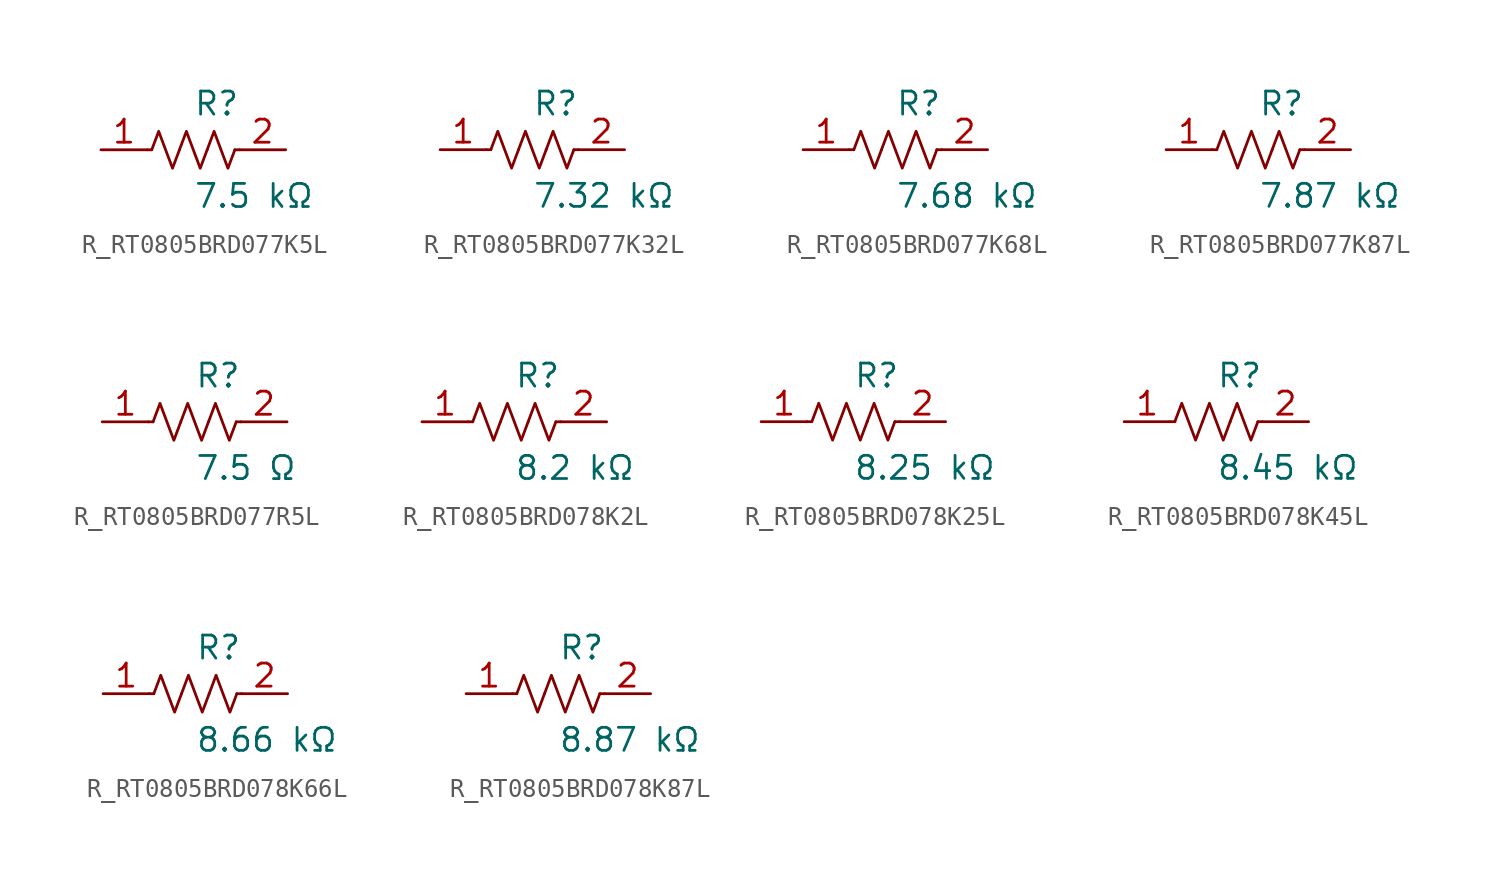
<source format=kicad_sym>
(kicad_symbol_lib
  (version 20231120)
  (generator kicad_symbol_editor)
  (generator_version 8.0)
  (symbol "R_RT0805BRD077K5L"
    (pin_names
      (offset 0.254))
    (property "Reference" "R"
      (at 0.0 2.54 0)
      (effects (font (size 1.27 1.27)) (justify left)))
    (property "Value" "7.5 kΩ"
      (at 0.0 -2.54 0)
      (effects (font (size 1.27 1.27)) (justify left)))
    (symbol "R_RT0805BRD077K5L_0_1"
      (polyline (pts (xy 2.286 0) (xy 2.54 0)) (stroke (width 0) (type default)) (fill (type none)))
      (polyline (pts (xy -2.286 0) (xy -2.54 0)) (stroke (width 0) (type default)) (fill (type none)))
      (polyline (pts (xy 0.762 0) (xy 1.143 1.016) (xy 1.524 0) (xy 1.905 -1.016) (xy 2.286 0)) (stroke (width 0) (type default)) (fill (type none)))
      (polyline (pts (xy -0.762 0) (xy -0.381 1.016) (xy 0 0) (xy 0.381 -1.016) (xy 0.762 0)) (stroke (width 0) (type default)) (fill (type none)))
      (polyline (pts (xy -2.286 0) (xy -1.905 1.016) (xy -1.524 0) (xy -1.143 -1.016) (xy -0.762 0)) (stroke (width 0) (type default)) (fill (type none))))
    (pin unspecified line
      (at -5.08 0 0)
      (length 2.54)
      (name "" (effects (font (size 1.27 1.27))))
      (number "1" (effects (font (size 1.27 1.27)))))
    (pin unspecified line
      (at 5.08 0 180)
      (length 2.54)
      (name "" (effects (font (size 1.27 1.27))))
      (number "2" (effects (font (size 1.27 1.27))))))
  (symbol "R_RT0805BRD077K32L"
    (pin_names
      (offset 0.254))
    (property "Reference" "R"
      (at 0.0 2.54 0)
      (effects (font (size 1.27 1.27)) (justify left)))
    (property "Value" "7.32 kΩ"
      (at 0.0 -2.54 0)
      (effects (font (size 1.27 1.27)) (justify left)))
    (symbol "R_RT0805BRD077K32L_0_1"
      (polyline (pts (xy 2.286 0) (xy 2.54 0)) (stroke (width 0) (type default)) (fill (type none)))
      (polyline (pts (xy -2.286 0) (xy -2.54 0)) (stroke (width 0) (type default)) (fill (type none)))
      (polyline (pts (xy 0.762 0) (xy 1.143 1.016) (xy 1.524 0) (xy 1.905 -1.016) (xy 2.286 0)) (stroke (width 0) (type default)) (fill (type none)))
      (polyline (pts (xy -0.762 0) (xy -0.381 1.016) (xy 0 0) (xy 0.381 -1.016) (xy 0.762 0)) (stroke (width 0) (type default)) (fill (type none)))
      (polyline (pts (xy -2.286 0) (xy -1.905 1.016) (xy -1.524 0) (xy -1.143 -1.016) (xy -0.762 0)) (stroke (width 0) (type default)) (fill (type none))))
    (pin unspecified line
      (at -5.08 0 0)
      (length 2.54)
      (name "" (effects (font (size 1.27 1.27))))
      (number "1" (effects (font (size 1.27 1.27)))))
    (pin unspecified line
      (at 5.08 0 180)
      (length 2.54)
      (name "" (effects (font (size 1.27 1.27))))
      (number "2" (effects (font (size 1.27 1.27))))))
  (symbol "R_RT0805BRD077K68L"
    (pin_names
      (offset 0.254))
    (property "Reference" "R"
      (at 0.0 2.54 0)
      (effects (font (size 1.27 1.27)) (justify left)))
    (property "Value" "7.68 kΩ"
      (at 0.0 -2.54 0)
      (effects (font (size 1.27 1.27)) (justify left)))
    (symbol "R_RT0805BRD077K68L_0_1"
      (polyline (pts (xy 2.286 0) (xy 2.54 0)) (stroke (width 0) (type default)) (fill (type none)))
      (polyline (pts (xy -2.286 0) (xy -2.54 0)) (stroke (width 0) (type default)) (fill (type none)))
      (polyline (pts (xy 0.762 0) (xy 1.143 1.016) (xy 1.524 0) (xy 1.905 -1.016) (xy 2.286 0)) (stroke (width 0) (type default)) (fill (type none)))
      (polyline (pts (xy -0.762 0) (xy -0.381 1.016) (xy 0 0) (xy 0.381 -1.016) (xy 0.762 0)) (stroke (width 0) (type default)) (fill (type none)))
      (polyline (pts (xy -2.286 0) (xy -1.905 1.016) (xy -1.524 0) (xy -1.143 -1.016) (xy -0.762 0)) (stroke (width 0) (type default)) (fill (type none))))
    (pin unspecified line
      (at -5.08 0 0)
      (length 2.54)
      (name "" (effects (font (size 1.27 1.27))))
      (number "1" (effects (font (size 1.27 1.27)))))
    (pin unspecified line
      (at 5.08 0 180)
      (length 2.54)
      (name "" (effects (font (size 1.27 1.27))))
      (number "2" (effects (font (size 1.27 1.27))))))
  (symbol "R_RT0805BRD077K87L"
    (pin_names
      (offset 0.254))
    (property "Reference" "R"
      (at 0.0 2.54 0)
      (effects (font (size 1.27 1.27)) (justify left)))
    (property "Value" "7.87 kΩ"
      (at 0.0 -2.54 0)
      (effects (font (size 1.27 1.27)) (justify left)))
    (symbol "R_RT0805BRD077K87L_0_1"
      (polyline (pts (xy 2.286 0) (xy 2.54 0)) (stroke (width 0) (type default)) (fill (type none)))
      (polyline (pts (xy -2.286 0) (xy -2.54 0)) (stroke (width 0) (type default)) (fill (type none)))
      (polyline (pts (xy 0.762 0) (xy 1.143 1.016) (xy 1.524 0) (xy 1.905 -1.016) (xy 2.286 0)) (stroke (width 0) (type default)) (fill (type none)))
      (polyline (pts (xy -0.762 0) (xy -0.381 1.016) (xy 0 0) (xy 0.381 -1.016) (xy 0.762 0)) (stroke (width 0) (type default)) (fill (type none)))
      (polyline (pts (xy -2.286 0) (xy -1.905 1.016) (xy -1.524 0) (xy -1.143 -1.016) (xy -0.762 0)) (stroke (width 0) (type default)) (fill (type none))))
    (pin unspecified line
      (at -5.08 0 0)
      (length 2.54)
      (name "" (effects (font (size 1.27 1.27))))
      (number "1" (effects (font (size 1.27 1.27)))))
    (pin unspecified line
      (at 5.08 0 180)
      (length 2.54)
      (name "" (effects (font (size 1.27 1.27))))
      (number "2" (effects (font (size 1.27 1.27))))))
  (symbol "R_RT0805BRD077R5L"
    (pin_names
      (offset 0.254))
    (property "Reference" "R"
      (at 0.0 2.54 0)
      (effects (font (size 1.27 1.27)) (justify left)))
    (property "Value" "7.5 Ω"
      (at 0.0 -2.54 0)
      (effects (font (size 1.27 1.27)) (justify left)))
    (symbol "R_RT0805BRD077R5L_0_1"
      (polyline (pts (xy 2.286 0) (xy 2.54 0)) (stroke (width 0) (type default)) (fill (type none)))
      (polyline (pts (xy -2.286 0) (xy -2.54 0)) (stroke (width 0) (type default)) (fill (type none)))
      (polyline (pts (xy 0.762 0) (xy 1.143 1.016) (xy 1.524 0) (xy 1.905 -1.016) (xy 2.286 0)) (stroke (width 0) (type default)) (fill (type none)))
      (polyline (pts (xy -0.762 0) (xy -0.381 1.016) (xy 0 0) (xy 0.381 -1.016) (xy 0.762 0)) (stroke (width 0) (type default)) (fill (type none)))
      (polyline (pts (xy -2.286 0) (xy -1.905 1.016) (xy -1.524 0) (xy -1.143 -1.016) (xy -0.762 0)) (stroke (width 0) (type default)) (fill (type none))))
    (pin unspecified line
      (at -5.08 0 0)
      (length 2.54)
      (name "" (effects (font (size 1.27 1.27))))
      (number "1" (effects (font (size 1.27 1.27)))))
    (pin unspecified line
      (at 5.08 0 180)
      (length 2.54)
      (name "" (effects (font (size 1.27 1.27))))
      (number "2" (effects (font (size 1.27 1.27))))))
  (symbol "R_RT0805BRD078K2L"
    (pin_names
      (offset 0.254))
    (property "Reference" "R"
      (at 0.0 2.54 0)
      (effects (font (size 1.27 1.27)) (justify left)))
    (property "Value" "8.2 kΩ"
      (at 0.0 -2.54 0)
      (effects (font (size 1.27 1.27)) (justify left)))
    (symbol "R_RT0805BRD078K2L_0_1"
      (polyline (pts (xy 2.286 0) (xy 2.54 0)) (stroke (width 0) (type default)) (fill (type none)))
      (polyline (pts (xy -2.286 0) (xy -2.54 0)) (stroke (width 0) (type default)) (fill (type none)))
      (polyline (pts (xy 0.762 0) (xy 1.143 1.016) (xy 1.524 0) (xy 1.905 -1.016) (xy 2.286 0)) (stroke (width 0) (type default)) (fill (type none)))
      (polyline (pts (xy -0.762 0) (xy -0.381 1.016) (xy 0 0) (xy 0.381 -1.016) (xy 0.762 0)) (stroke (width 0) (type default)) (fill (type none)))
      (polyline (pts (xy -2.286 0) (xy -1.905 1.016) (xy -1.524 0) (xy -1.143 -1.016) (xy -0.762 0)) (stroke (width 0) (type default)) (fill (type none))))
    (pin unspecified line
      (at -5.08 0 0)
      (length 2.54)
      (name "" (effects (font (size 1.27 1.27))))
      (number "1" (effects (font (size 1.27 1.27)))))
    (pin unspecified line
      (at 5.08 0 180)
      (length 2.54)
      (name "" (effects (font (size 1.27 1.27))))
      (number "2" (effects (font (size 1.27 1.27))))))
  (symbol "R_RT0805BRD078K25L"
    (pin_names
      (offset 0.254))
    (property "Reference" "R"
      (at 0.0 2.54 0)
      (effects (font (size 1.27 1.27)) (justify left)))
    (property "Value" "8.25 kΩ"
      (at 0.0 -2.54 0)
      (effects (font (size 1.27 1.27)) (justify left)))
    (symbol "R_RT0805BRD078K25L_0_1"
      (polyline (pts (xy 2.286 0) (xy 2.54 0)) (stroke (width 0) (type default)) (fill (type none)))
      (polyline (pts (xy -2.286 0) (xy -2.54 0)) (stroke (width 0) (type default)) (fill (type none)))
      (polyline (pts (xy 0.762 0) (xy 1.143 1.016) (xy 1.524 0) (xy 1.905 -1.016) (xy 2.286 0)) (stroke (width 0) (type default)) (fill (type none)))
      (polyline (pts (xy -0.762 0) (xy -0.381 1.016) (xy 0 0) (xy 0.381 -1.016) (xy 0.762 0)) (stroke (width 0) (type default)) (fill (type none)))
      (polyline (pts (xy -2.286 0) (xy -1.905 1.016) (xy -1.524 0) (xy -1.143 -1.016) (xy -0.762 0)) (stroke (width 0) (type default)) (fill (type none))))
    (pin unspecified line
      (at -5.08 0 0)
      (length 2.54)
      (name "" (effects (font (size 1.27 1.27))))
      (number "1" (effects (font (size 1.27 1.27)))))
    (pin unspecified line
      (at 5.08 0 180)
      (length 2.54)
      (name "" (effects (font (size 1.27 1.27))))
      (number "2" (effects (font (size 1.27 1.27))))))
  (symbol "R_RT0805BRD078K45L"
    (pin_names
      (offset 0.254))
    (property "Reference" "R"
      (at 0.0 2.54 0)
      (effects (font (size 1.27 1.27)) (justify left)))
    (property "Value" "8.45 kΩ"
      (at 0.0 -2.54 0)
      (effects (font (size 1.27 1.27)) (justify left)))
    (symbol "R_RT0805BRD078K45L_0_1"
      (polyline (pts (xy 2.286 0) (xy 2.54 0)) (stroke (width 0) (type default)) (fill (type none)))
      (polyline (pts (xy -2.286 0) (xy -2.54 0)) (stroke (width 0) (type default)) (fill (type none)))
      (polyline (pts (xy 0.762 0) (xy 1.143 1.016) (xy 1.524 0) (xy 1.905 -1.016) (xy 2.286 0)) (stroke (width 0) (type default)) (fill (type none)))
      (polyline (pts (xy -0.762 0) (xy -0.381 1.016) (xy 0 0) (xy 0.381 -1.016) (xy 0.762 0)) (stroke (width 0) (type default)) (fill (type none)))
      (polyline (pts (xy -2.286 0) (xy -1.905 1.016) (xy -1.524 0) (xy -1.143 -1.016) (xy -0.762 0)) (stroke (width 0) (type default)) (fill (type none))))
    (pin unspecified line
      (at -5.08 0 0)
      (length 2.54)
      (name "" (effects (font (size 1.27 1.27))))
      (number "1" (effects (font (size 1.27 1.27)))))
    (pin unspecified line
      (at 5.08 0 180)
      (length 2.54)
      (name "" (effects (font (size 1.27 1.27))))
      (number "2" (effects (font (size 1.27 1.27))))))
  (symbol "R_RT0805BRD078K66L"
    (pin_names
      (offset 0.254))
    (property "Reference" "R"
      (at 0.0 2.54 0)
      (effects (font (size 1.27 1.27)) (justify left)))
    (property "Value" "8.66 kΩ"
      (at 0.0 -2.54 0)
      (effects (font (size 1.27 1.27)) (justify left)))
    (symbol "R_RT0805BRD078K66L_0_1"
      (polyline (pts (xy 2.286 0) (xy 2.54 0)) (stroke (width 0) (type default)) (fill (type none)))
      (polyline (pts (xy -2.286 0) (xy -2.54 0)) (stroke (width 0) (type default)) (fill (type none)))
      (polyline (pts (xy 0.762 0) (xy 1.143 1.016) (xy 1.524 0) (xy 1.905 -1.016) (xy 2.286 0)) (stroke (width 0) (type default)) (fill (type none)))
      (polyline (pts (xy -0.762 0) (xy -0.381 1.016) (xy 0 0) (xy 0.381 -1.016) (xy 0.762 0)) (stroke (width 0) (type default)) (fill (type none)))
      (polyline (pts (xy -2.286 0) (xy -1.905 1.016) (xy -1.524 0) (xy -1.143 -1.016) (xy -0.762 0)) (stroke (width 0) (type default)) (fill (type none))))
    (pin unspecified line
      (at -5.08 0 0)
      (length 2.54)
      (name "" (effects (font (size 1.27 1.27))))
      (number "1" (effects (font (size 1.27 1.27)))))
    (pin unspecified line
      (at 5.08 0 180)
      (length 2.54)
      (name "" (effects (font (size 1.27 1.27))))
      (number "2" (effects (font (size 1.27 1.27))))))
  (symbol "R_RT0805BRD078K87L"
    (pin_names
      (offset 0.254))
    (property "Reference" "R"
      (at 0.0 2.54 0)
      (effects (font (size 1.27 1.27)) (justify left)))
    (property "Value" "8.87 kΩ"
      (at 0.0 -2.54 0)
      (effects (font (size 1.27 1.27)) (justify left)))
    (symbol "R_RT0805BRD078K87L_0_1"
      (polyline (pts (xy 2.286 0) (xy 2.54 0)) (stroke (width 0) (type default)) (fill (type none)))
      (polyline (pts (xy -2.286 0) (xy -2.54 0)) (stroke (width 0) (type default)) (fill (type none)))
      (polyline (pts (xy 0.762 0) (xy 1.143 1.016) (xy 1.524 0) (xy 1.905 -1.016) (xy 2.286 0)) (stroke (width 0) (type default)) (fill (type none)))
      (polyline (pts (xy -0.762 0) (xy -0.381 1.016) (xy 0 0) (xy 0.381 -1.016) (xy 0.762 0)) (stroke (width 0) (type default)) (fill (type none)))
      (polyline (pts (xy -2.286 0) (xy -1.905 1.016) (xy -1.524 0) (xy -1.143 -1.016) (xy -0.762 0)) (stroke (width 0) (type default)) (fill (type none))))
    (pin unspecified line
      (at -5.08 0 0)
      (length 2.54)
      (name "" (effects (font (size 1.27 1.27))))
      (number "1" (effects (font (size 1.27 1.27)))))
    (pin unspecified line
      (at 5.08 0 180)
      (length 2.54)
      (name "" (effects (font (size 1.27 1.27))))
      (number "2" (effects (font (size 1.27 1.27)))))))
</source>
